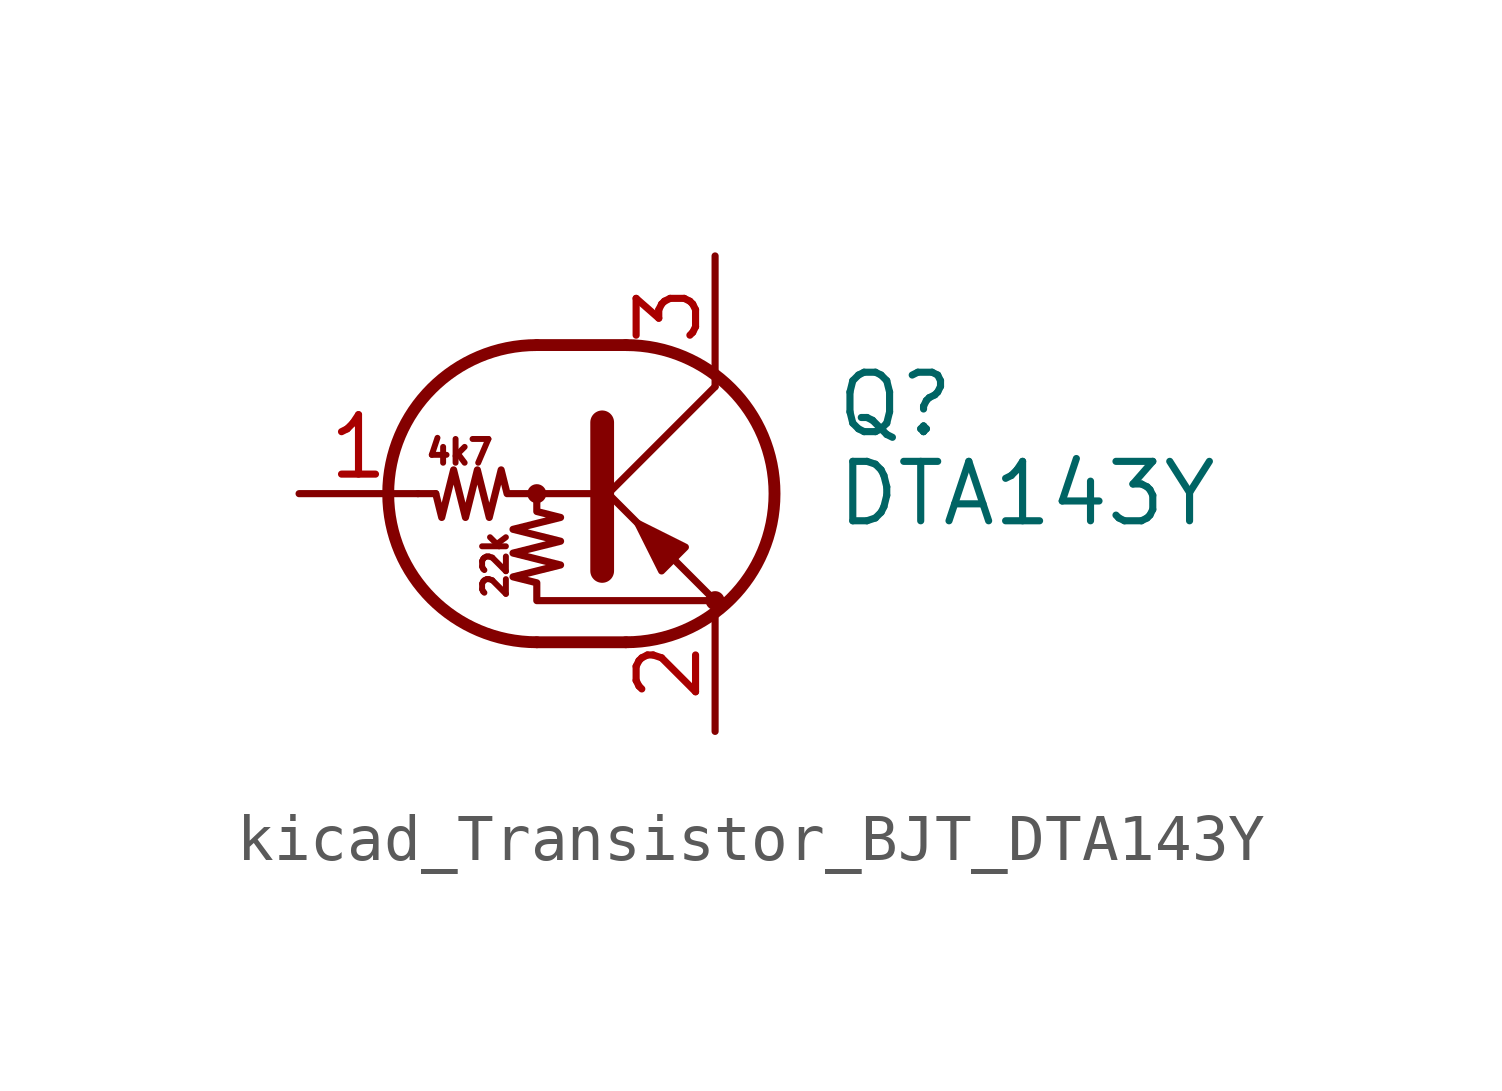
<source format=kicad_sym>
(kicad_symbol_lib
  (version 20220914)
  (generator kicad_symbol_editor)
  (symbol "kicad_Transistor_BJT_DTA143Y"
    (pin_names
      (offset 0) hide)
    (property "Reference" "Q"
      (at 5.08 1.905 0)
      (effects (font (size 1.27 1.27)) (justify left)))
    (property "Value" "DTA143Y"
      (at 5.08 0 0)
      (effects (font (size 1.27 1.27)) (justify left)))
    (symbol "kicad_Transistor_BJT_DTA143Y_0_0"
      (text "22k" (at -2.159 -1.524 900) (effects (font (size 0.508 0.508))))
      (text "4k7" (at -2.921 0.889 0) (effects (font (size 0.508 0.508)))))
    (symbol "kicad_Transistor_BJT_DTA143Y_0_1"
      (circle (center -1.27 0) (radius 0.127) (stroke (width 0) (type default)) (fill (type none)))
      (arc (start -1.27 3.175) (mid -4.4312 0) (end -1.27 -3.175) (stroke (width 0.254) (type default)) (fill (type none)))
      (polyline (pts (xy -3.429 0) (xy -3.81 0)) (stroke (width 0) (type default)) (fill (type none)))
      (polyline (pts (xy -1.27 -3.175) (xy 0.635 -3.175)) (stroke (width 0.254) (type default)) (fill (type none)))
      (polyline (pts (xy -1.27 3.175) (xy 0.635 3.175)) (stroke (width 0.254) (type default)) (fill (type none)))
      (polyline (pts (xy 0 -0.254) (xy 2.54 2.286)) (stroke (width 0) (type default)) (fill (type none)))
      (polyline (pts (xy 0.127 1.524) (xy 0.127 -1.651)) (stroke (width 0.508) (type default)) (fill (type outline)))
      (polyline (pts (xy 2.54 2.286) (xy 2.54 2.54)) (stroke (width 0) (type default)) (fill (type none)))
      (polyline (pts (xy 2.54 -2.286) (xy 0 0.254) (xy 0 0.254)) (stroke (width 0) (type default)) (fill (type none)))
      (polyline (pts (xy 1.397 -1.651) (xy 1.905 -1.143) (xy 0.889 -0.635) (xy 1.397 -1.651)) (stroke (width 0) (type default)) (fill (type outline)))
      (polyline (pts (xy 0 0) (xy -1.905 0) (xy -2.032 0.508) (xy -2.286 -0.508) (xy -2.54 0.508) (xy -2.794 -0.508) (xy -3.048 0.508) (xy -3.302 -0.508) (xy -3.429 0)) (stroke (width 0) (type default)) (fill (type none)))
      (polyline (pts (xy -1.27 0) (xy -1.27 -0.381) (xy -0.762 -0.508) (xy -1.778 -0.762) (xy -0.762 -1.016) (xy -1.778 -1.27) (xy -0.762 -1.524) (xy -1.778 -1.778) (xy -1.27 -1.905) (xy -1.27 -2.286) (xy 2.54 -2.286)) (stroke (width 0) (type default)) (fill (type none)))
      (arc (start 0.635 -3.175) (mid 3.7962 0) (end 0.635 3.175) (stroke (width 0.254) (type default)) (fill (type none)))
      (circle (center 2.54 -2.286) (radius 0.127) (stroke (width 0) (type default)) (fill (type none))))
    (symbol "kicad_Transistor_BJT_DTA143Y_1_1"
      (pin input line (at -6.35 0 0) (length 2.54) (name "B" (effects (font (size 1.27 1.27)))) (number "1" (effects (font (size 1.27 1.27)))))
      (pin passive line (at 2.54 -5.08 90) (length 2.54) (name "E" (effects (font (size 1.27 1.27)))) (number "2" (effects (font (size 1.27 1.27)))))
      (pin passive line (at 2.54 5.08 270) (length 2.54) (name "C" (effects (font (size 1.27 1.27)))) (number "3" (effects (font (size 1.27 1.27))))))))
</source>
